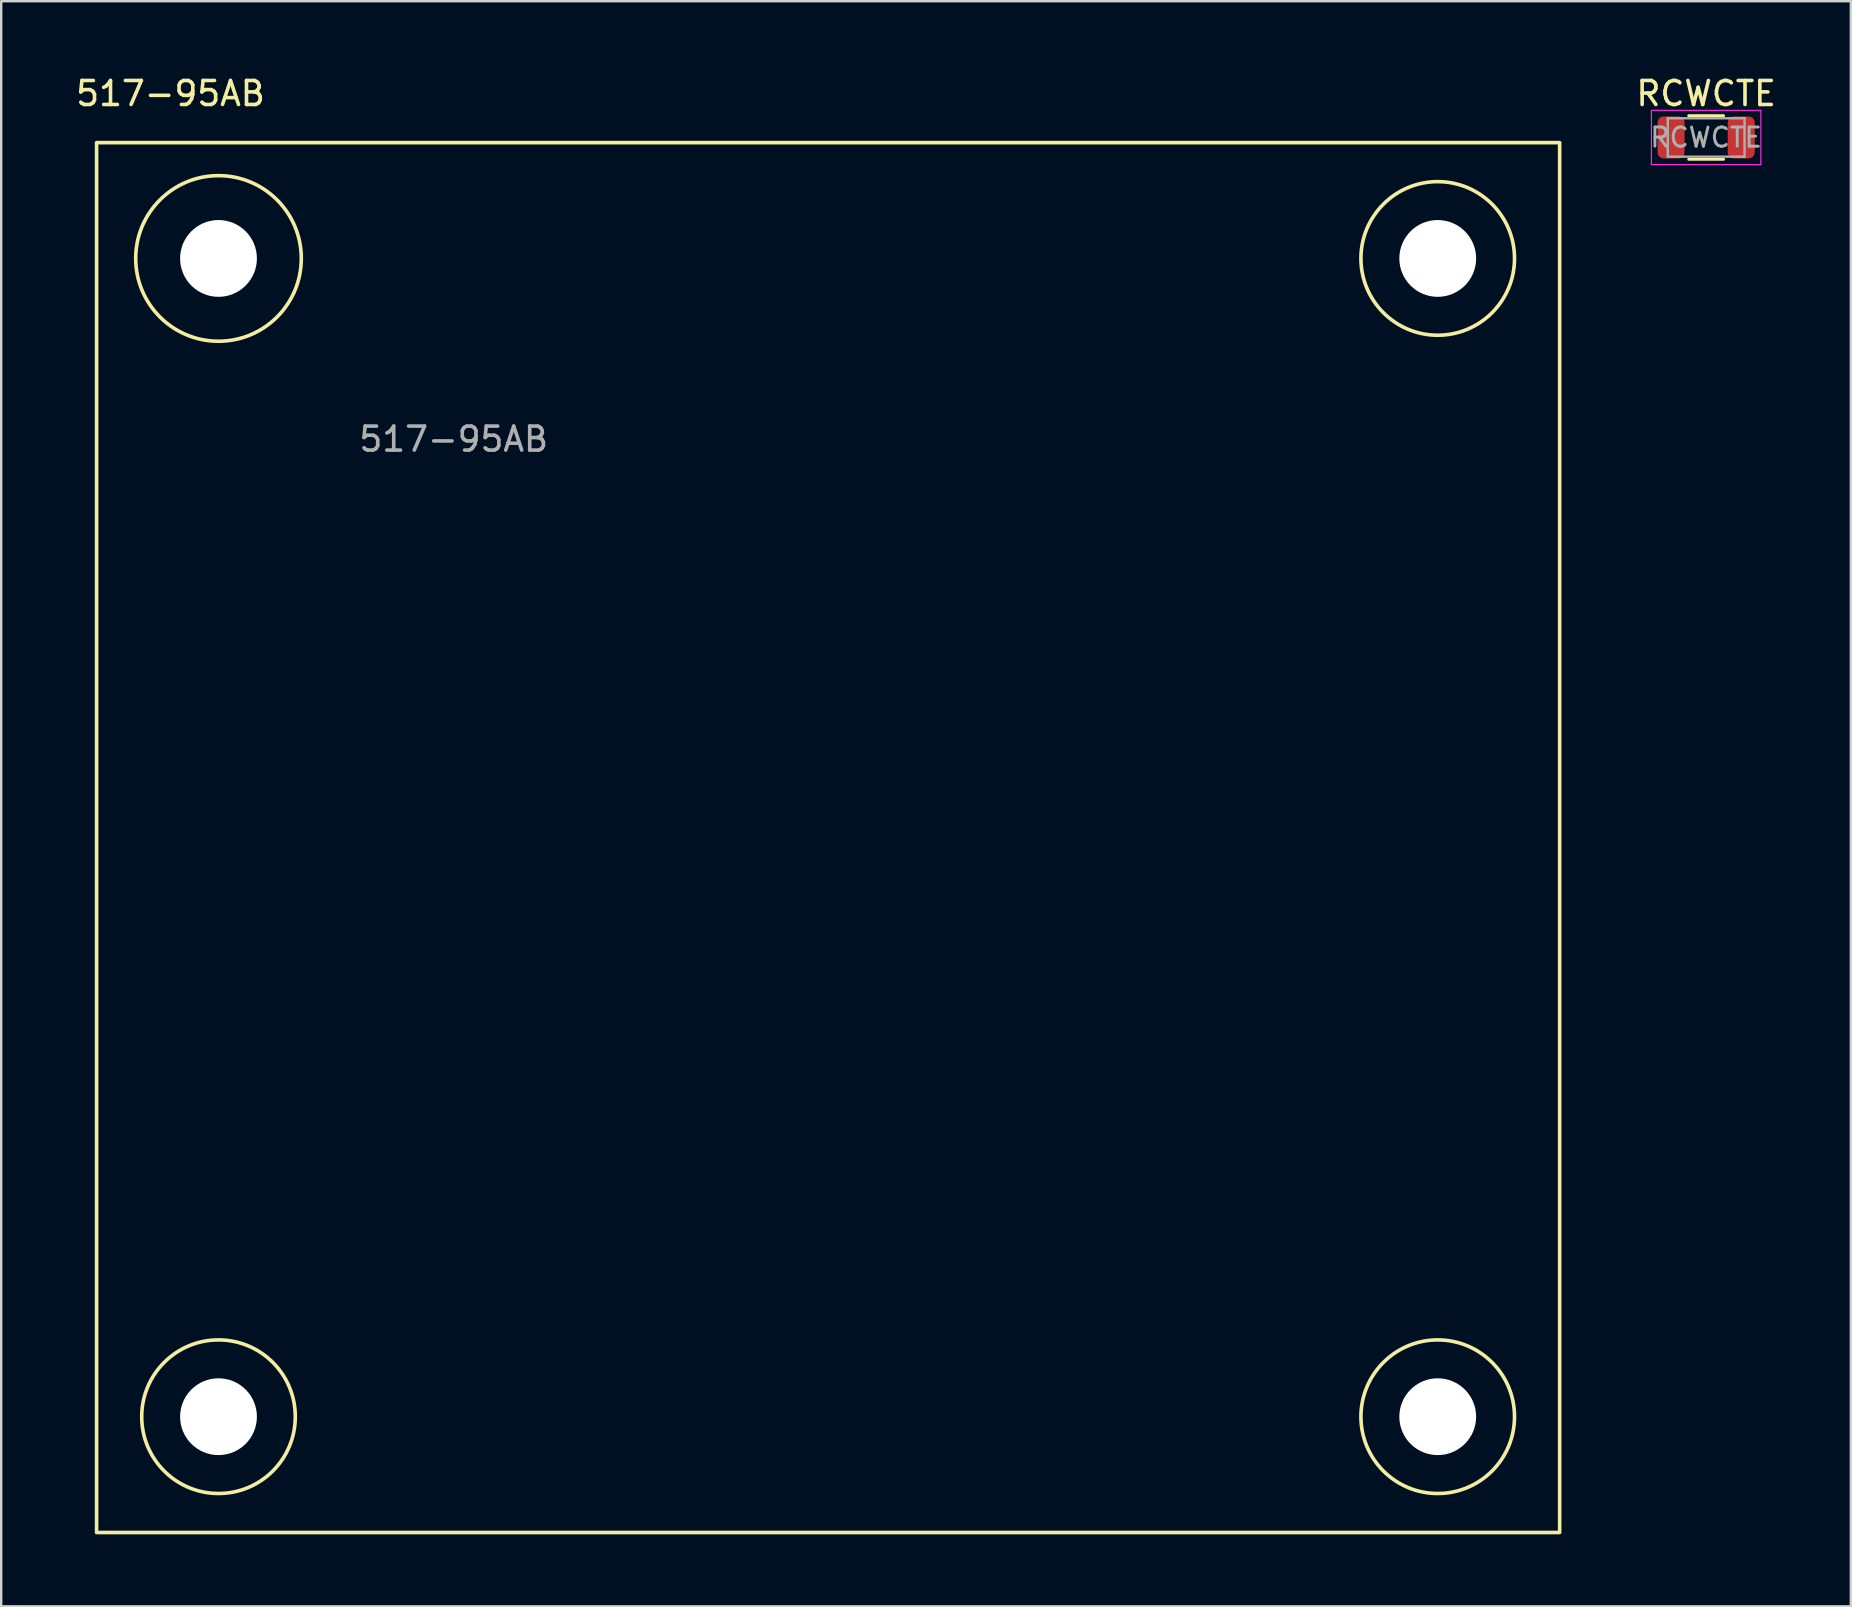
<source format=kicad_pcb>
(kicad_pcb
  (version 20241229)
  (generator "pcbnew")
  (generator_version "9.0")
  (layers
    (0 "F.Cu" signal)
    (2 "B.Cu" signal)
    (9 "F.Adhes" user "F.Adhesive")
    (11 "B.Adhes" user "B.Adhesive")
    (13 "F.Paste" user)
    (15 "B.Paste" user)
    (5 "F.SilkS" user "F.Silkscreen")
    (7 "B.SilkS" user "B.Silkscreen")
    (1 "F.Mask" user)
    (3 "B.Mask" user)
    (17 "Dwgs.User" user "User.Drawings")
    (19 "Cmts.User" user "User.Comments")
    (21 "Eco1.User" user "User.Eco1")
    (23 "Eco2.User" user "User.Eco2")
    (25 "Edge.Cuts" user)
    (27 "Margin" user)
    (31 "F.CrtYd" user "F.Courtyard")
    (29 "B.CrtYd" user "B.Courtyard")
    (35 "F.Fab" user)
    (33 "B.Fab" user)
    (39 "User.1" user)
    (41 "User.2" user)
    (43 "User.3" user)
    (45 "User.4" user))
  (footprint "517-95AB"
    (layer "F.Cu")
    (at 31.454 31.848)
    (property "Reference" "517-95AB" (at -27.4 -31 0) (layer "F.SilkS") (effects (font (size 1 1) (thickness 0.15))))
    (attr exclude_from_pos_files exclude_from_bom)
    (fp_rect (start -30.48 -28.955) (end 30.48 28.955) (stroke (width 0.15) (type solid)) (fill no) (layer "F.SilkS"))
    (fp_circle (center -25.4 -24.13) (end -21.95 -24.13) (stroke (width 0.15) (type solid)) (fill no) (layer "F.SilkS"))
    (fp_circle (center -25.4 24.13) (end -22.2 24.13) (stroke (width 0.15) (type solid)) (fill no) (layer "F.SilkS"))
    (fp_circle (center 25.4 -24.13) (end 28.6 -24.13) (stroke (width 0.15) (type solid)) (fill no) (layer "F.SilkS"))
    (fp_circle (center 25.4 24.13) (end 28.6 24.13) (stroke (width 0.15) (type solid)) (fill no) (layer "F.SilkS"))
    (fp_text user "${REFERENCE}" (at -15.6 -16.6 0) (layer "F.Fab") (effects (font (size 1 1) (thickness 0.15))))
    (pad "" np_thru_hole circle (at -25.4 -24.13) (size 3.2 3.2) (drill 3.2) (layers "*.Cu" "*.Mask"))
    (pad "" np_thru_hole circle (at -25.4 24.13) (size 3.2 3.2) (drill 3.2) (layers "*.Cu" "*.Mask"))
    (pad "" np_thru_hole circle (at 25.4 -24.13) (size 3.2 3.2) (drill 3.2) (layers "*.Cu" "*.Mask"))
    (pad "" np_thru_hole circle (at 25.4 24.13) (size 3.2 3.2) (drill 3.2) (layers "*.Cu" "*.Mask")))
  (footprint "RCWCTE"
    (layer "F.Cu")
    (at 68.038 2.678)
    (property "Reference" "RCWCTE" (at 0 -1.83 0) (layer "F.SilkS") (effects (font (size 1 1) (thickness 0.15))))
    (attr smd)
    (fp_line (start -0.727 -0.91) (end 0.727 -0.91) (stroke (width 0.12) (type solid)) (layer "F.SilkS"))
    (fp_line (start -0.727 0.91) (end 0.727 0.91) (stroke (width 0.12) (type solid)) (layer "F.SilkS"))
    (fp_line (start -2.28 -1.13) (end 2.28 -1.13) (stroke (width 0.05) (type solid)) (layer "F.CrtYd"))
    (fp_line (start -2.28 1.13) (end -2.28 -1.13) (stroke (width 0.05) (type solid)) (layer "F.CrtYd"))
    (fp_line (start 2.28 -1.13) (end 2.28 1.13) (stroke (width 0.05) (type solid)) (layer "F.CrtYd"))
    (fp_line (start 2.28 1.13) (end -2.28 1.13) (stroke (width 0.05) (type solid)) (layer "F.CrtYd"))
    (fp_line (start -1.6 -0.8) (end 1.6 -0.8) (stroke (width 0.1) (type solid)) (layer "F.Fab"))
    (fp_line (start -1.6 0.8) (end -1.6 -0.8) (stroke (width 0.1) (type solid)) (layer "F.Fab"))
    (fp_line (start 1.6 -0.8) (end 1.6 0.8) (stroke (width 0.1) (type solid)) (layer "F.Fab"))
    (fp_line (start 1.6 0.8) (end -1.6 0.8) (stroke (width 0.1) (type solid)) (layer "F.Fab"))
    (fp_text user "${REFERENCE}" (at 0 0 0) (layer "F.Fab") (effects (font (size 0.8 0.8) (thickness 0.12))))
    (pad "1" smd roundrect (at -1.462 0) (size 1.125 1.75) (layers "F.Cu" "F.Mask" "F.Paste") (roundrect_rratio 0.222))
    (pad "1" smd roundrect (at 1.462 0) (size 1.125 1.75) (layers "F.Cu" "F.Mask" "F.Paste") (roundrect_rratio 0.222)))
  (gr_rect
    (start -3 -3)
    (end 74.068 63.878)
    (stroke (width 0.1) (type default))
    (fill no)
    (layer "Edge.Cuts")))
</source>
